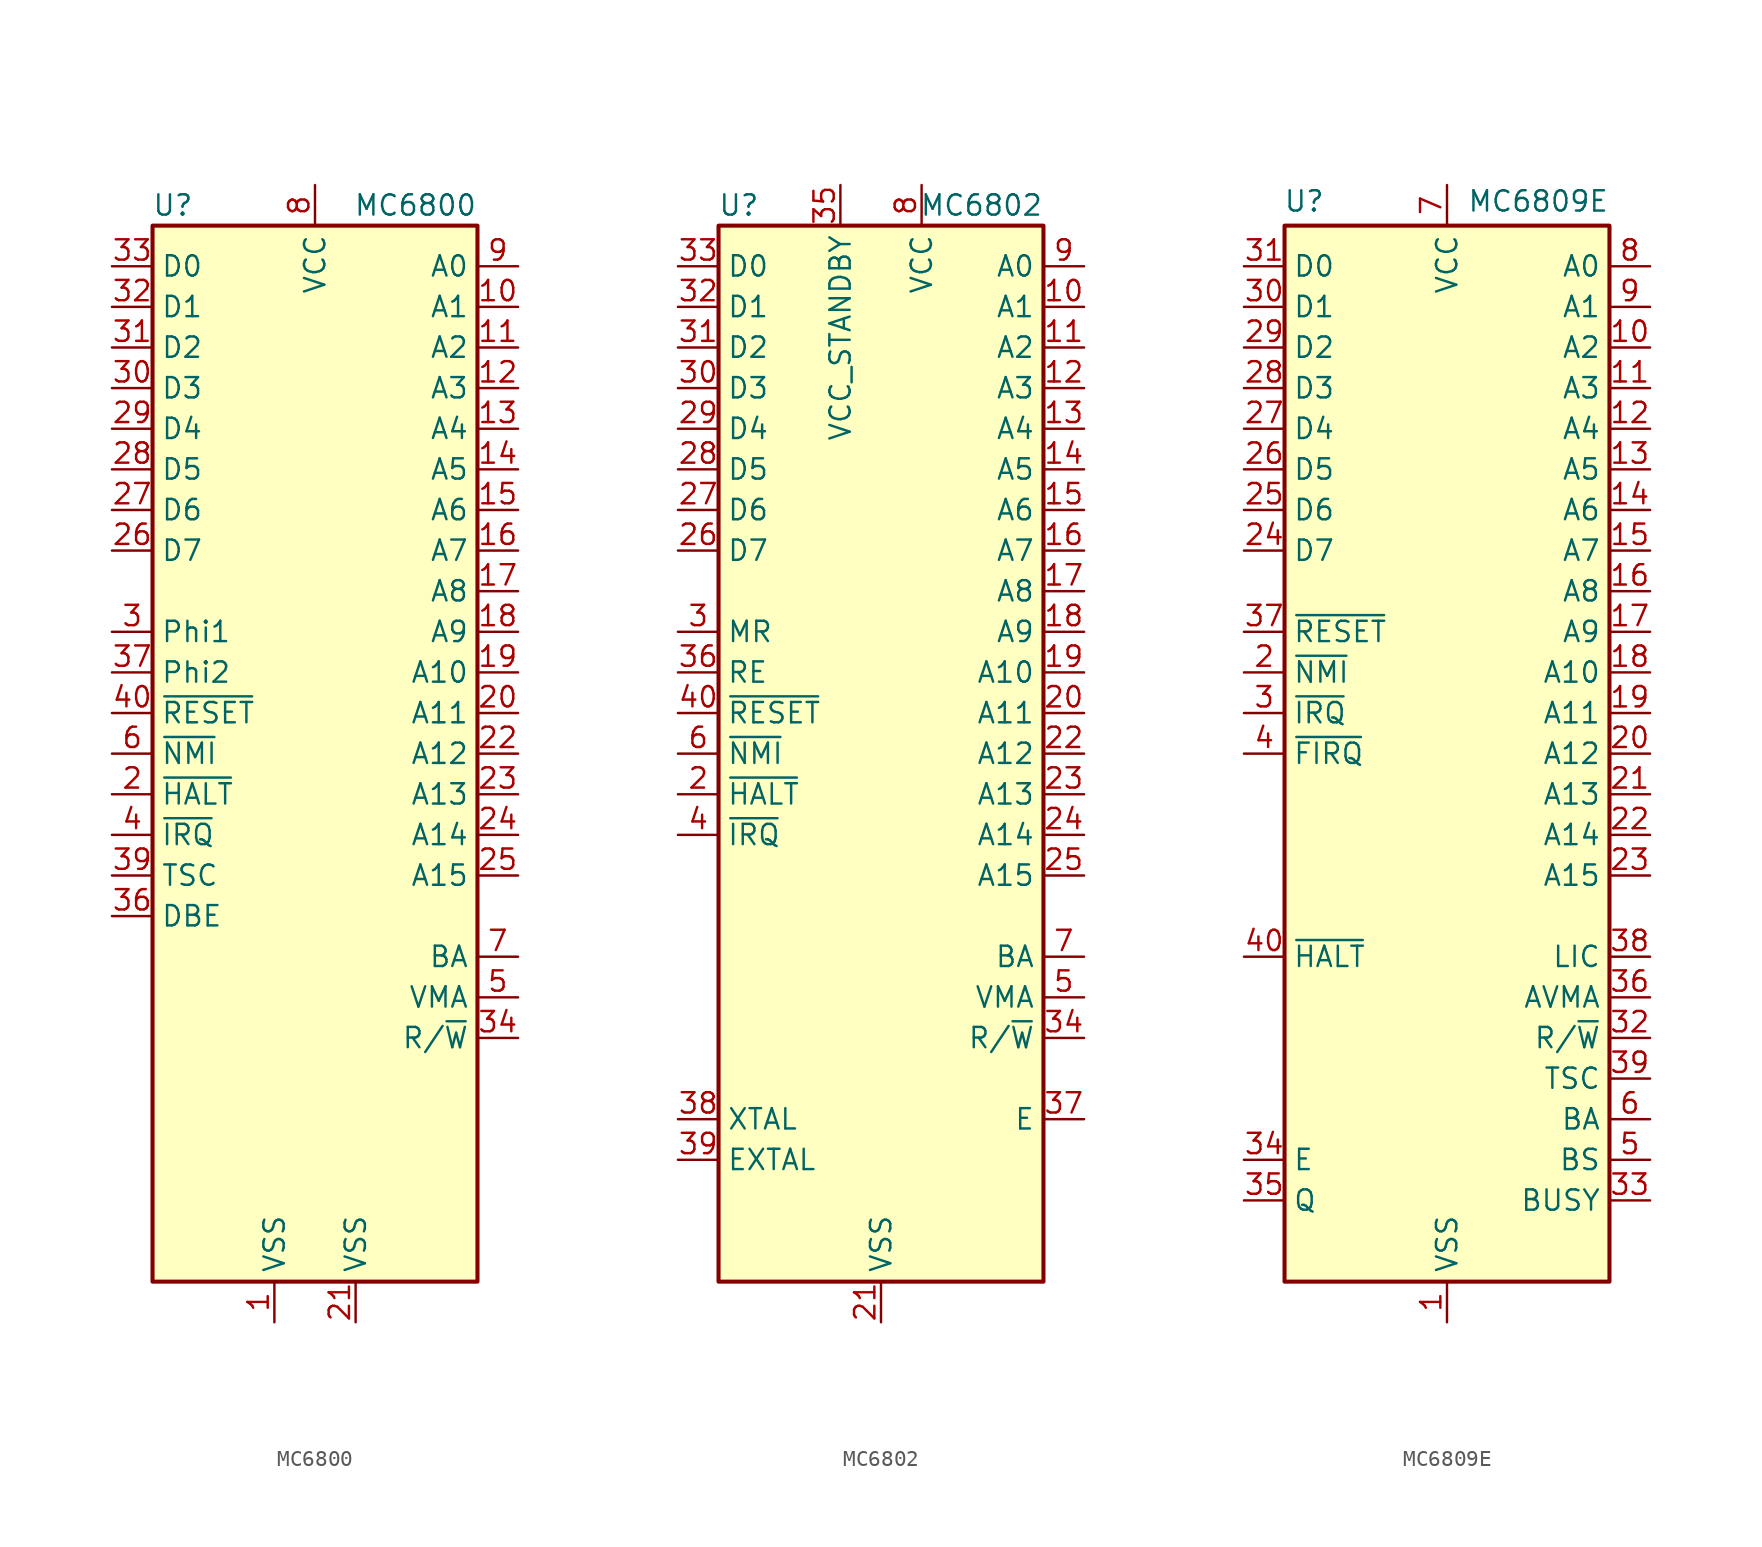
<source format=kicad_sym>
(kicad_symbol_lib
  (version 20201005)
  (generator kicad_symbol_editor)
  (symbol "MC6800"
    (property "Reference" "U"
      (at -8.89 34.29 0)
      (effects (font (size 1.27 1.27))))
    (property "Value" "MC6800"
      (at 10.16 34.29 0)
      (effects (font (size 1.27 1.27)) (justify right)))
    (symbol "MC6800_0_1"
      (rectangle (start -10.16 -33.02) (end 10.16 33.02) (stroke (width 0.254)) (fill (type background))))
    (symbol "MC6800_1_1"
      (pin power_in line (at -2.54 -35.56 90) (length 2.54) (name "VSS" (effects (font (size 1.27 1.27)))) (number "1" (effects (font (size 1.27 1.27)))))
      (pin output line (at 12.7 27.94 180) (length 2.54) (name "A1" (effects (font (size 1.27 1.27)))) (number "10" (effects (font (size 1.27 1.27)))))
      (pin output line (at 12.7 25.4 180) (length 2.54) (name "A2" (effects (font (size 1.27 1.27)))) (number "11" (effects (font (size 1.27 1.27)))))
      (pin output line (at 12.7 22.86 180) (length 2.54) (name "A3" (effects (font (size 1.27 1.27)))) (number "12" (effects (font (size 1.27 1.27)))))
      (pin output line (at 12.7 20.32 180) (length 2.54) (name "A4" (effects (font (size 1.27 1.27)))) (number "13" (effects (font (size 1.27 1.27)))))
      (pin output line (at 12.7 17.78 180) (length 2.54) (name "A5" (effects (font (size 1.27 1.27)))) (number "14" (effects (font (size 1.27 1.27)))))
      (pin output line (at 12.7 15.24 180) (length 2.54) (name "A6" (effects (font (size 1.27 1.27)))) (number "15" (effects (font (size 1.27 1.27)))))
      (pin output line (at 12.7 12.7 180) (length 2.54) (name "A7" (effects (font (size 1.27 1.27)))) (number "16" (effects (font (size 1.27 1.27)))))
      (pin output line (at 12.7 10.16 180) (length 2.54) (name "A8" (effects (font (size 1.27 1.27)))) (number "17" (effects (font (size 1.27 1.27)))))
      (pin output line (at 12.7 7.62 180) (length 2.54) (name "A9" (effects (font (size 1.27 1.27)))) (number "18" (effects (font (size 1.27 1.27)))))
      (pin output line (at 12.7 5.08 180) (length 2.54) (name "A10" (effects (font (size 1.27 1.27)))) (number "19" (effects (font (size 1.27 1.27)))))
      (pin input line (at -12.7 -2.54 0) (length 2.54) (name "~HALT" (effects (font (size 1.27 1.27)))) (number "2" (effects (font (size 1.27 1.27)))))
      (pin output line (at 12.7 2.54 180) (length 2.54) (name "A11" (effects (font (size 1.27 1.27)))) (number "20" (effects (font (size 1.27 1.27)))))
      (pin power_in line (at 2.54 -35.56 90) (length 2.54) (name "VSS" (effects (font (size 1.27 1.27)))) (number "21" (effects (font (size 1.27 1.27)))))
      (pin output line (at 12.7 0 180) (length 2.54) (name "A12" (effects (font (size 1.27 1.27)))) (number "22" (effects (font (size 1.27 1.27)))))
      (pin output line (at 12.7 -2.54 180) (length 2.54) (name "A13" (effects (font (size 1.27 1.27)))) (number "23" (effects (font (size 1.27 1.27)))))
      (pin output line (at 12.7 -5.08 180) (length 2.54) (name "A14" (effects (font (size 1.27 1.27)))) (number "24" (effects (font (size 1.27 1.27)))))
      (pin output line (at 12.7 -7.62 180) (length 2.54) (name "A15" (effects (font (size 1.27 1.27)))) (number "25" (effects (font (size 1.27 1.27)))))
      (pin bidirectional line (at -12.7 12.7 0) (length 2.54) (name "D7" (effects (font (size 1.27 1.27)))) (number "26" (effects (font (size 1.27 1.27)))))
      (pin bidirectional line (at -12.7 15.24 0) (length 2.54) (name "D6" (effects (font (size 1.27 1.27)))) (number "27" (effects (font (size 1.27 1.27)))))
      (pin bidirectional line (at -12.7 17.78 0) (length 2.54) (name "D5" (effects (font (size 1.27 1.27)))) (number "28" (effects (font (size 1.27 1.27)))))
      (pin bidirectional line (at -12.7 20.32 0) (length 2.54) (name "D4" (effects (font (size 1.27 1.27)))) (number "29" (effects (font (size 1.27 1.27)))))
      (pin input line (at -12.7 7.62 0) (length 2.54) (name "Phi1" (effects (font (size 1.27 1.27)))) (number "3" (effects (font (size 1.27 1.27)))))
      (pin bidirectional line (at -12.7 22.86 0) (length 2.54) (name "D3" (effects (font (size 1.27 1.27)))) (number "30" (effects (font (size 1.27 1.27)))))
      (pin bidirectional line (at -12.7 25.4 0) (length 2.54) (name "D2" (effects (font (size 1.27 1.27)))) (number "31" (effects (font (size 1.27 1.27)))))
      (pin bidirectional line (at -12.7 27.94 0) (length 2.54) (name "D1" (effects (font (size 1.27 1.27)))) (number "32" (effects (font (size 1.27 1.27)))))
      (pin bidirectional line (at -12.7 30.48 0) (length 2.54) (name "D0" (effects (font (size 1.27 1.27)))) (number "33" (effects (font (size 1.27 1.27)))))
      (pin output line (at 12.7 -17.78 180) (length 2.54) (name "R/~W" (effects (font (size 1.27 1.27)))) (number "34" (effects (font (size 1.27 1.27)))))
      (pin no_connect line (at -10.16 -25.4 0) (length 2.54) hide (name "N.C." (effects (font (size 1.27 1.27)))) (number "35" (effects (font (size 1.27 1.27)))))
      (pin input line (at -12.7 -10.16 0) (length 2.54) (name "DBE" (effects (font (size 1.27 1.27)))) (number "36" (effects (font (size 1.27 1.27)))))
      (pin input line (at -12.7 5.08 0) (length 2.54) (name "Phi2" (effects (font (size 1.27 1.27)))) (number "37" (effects (font (size 1.27 1.27)))))
      (pin no_connect line (at -10.16 -22.86 0) (length 2.54) hide (name "N.C." (effects (font (size 1.27 1.27)))) (number "38" (effects (font (size 1.27 1.27)))))
      (pin input line (at -12.7 -7.62 0) (length 2.54) (name "TSC" (effects (font (size 1.27 1.27)))) (number "39" (effects (font (size 1.27 1.27)))))
      (pin input line (at -12.7 -5.08 0) (length 2.54) (name "~IRQ" (effects (font (size 1.27 1.27)))) (number "4" (effects (font (size 1.27 1.27)))))
      (pin input line (at -12.7 2.54 0) (length 2.54) (name "~RESET" (effects (font (size 1.27 1.27)))) (number "40" (effects (font (size 1.27 1.27)))))
      (pin output line (at 12.7 -15.24 180) (length 2.54) (name "VMA" (effects (font (size 1.27 1.27)))) (number "5" (effects (font (size 1.27 1.27)))))
      (pin input line (at -12.7 0 0) (length 2.54) (name "~NMI" (effects (font (size 1.27 1.27)))) (number "6" (effects (font (size 1.27 1.27)))))
      (pin output line (at 12.7 -12.7 180) (length 2.54) (name "BA" (effects (font (size 1.27 1.27)))) (number "7" (effects (font (size 1.27 1.27)))))
      (pin power_in line (at 0 35.56 270) (length 2.54) (name "VCC" (effects (font (size 1.27 1.27)))) (number "8" (effects (font (size 1.27 1.27)))))
      (pin output line (at 12.7 30.48 180) (length 2.54) (name "A0" (effects (font (size 1.27 1.27)))) (number "9" (effects (font (size 1.27 1.27)))))))
  (symbol "MC6802"
    (property "Reference" "U"
      (at -8.89 34.29 0)
      (effects (font (size 1.27 1.27))))
    (property "Value" "MC6802"
      (at 10.16 34.29 0)
      (effects (font (size 1.27 1.27)) (justify right)))
    (symbol "MC6802_0_1"
      (rectangle (start -10.16 -33.02) (end 10.16 33.02) (stroke (width 0.254)) (fill (type background))))
    (symbol "MC6802_1_1"
      (pin passive line (at 0 -35.56 90) (length 2.54) hide (name "VSS" (effects (font (size 1.27 1.27)))) (number "1" (effects (font (size 1.27 1.27)))))
      (pin output line (at 12.7 27.94 180) (length 2.54) (name "A1" (effects (font (size 1.27 1.27)))) (number "10" (effects (font (size 1.27 1.27)))))
      (pin output line (at 12.7 25.4 180) (length 2.54) (name "A2" (effects (font (size 1.27 1.27)))) (number "11" (effects (font (size 1.27 1.27)))))
      (pin output line (at 12.7 22.86 180) (length 2.54) (name "A3" (effects (font (size 1.27 1.27)))) (number "12" (effects (font (size 1.27 1.27)))))
      (pin output line (at 12.7 20.32 180) (length 2.54) (name "A4" (effects (font (size 1.27 1.27)))) (number "13" (effects (font (size 1.27 1.27)))))
      (pin output line (at 12.7 17.78 180) (length 2.54) (name "A5" (effects (font (size 1.27 1.27)))) (number "14" (effects (font (size 1.27 1.27)))))
      (pin output line (at 12.7 15.24 180) (length 2.54) (name "A6" (effects (font (size 1.27 1.27)))) (number "15" (effects (font (size 1.27 1.27)))))
      (pin output line (at 12.7 12.7 180) (length 2.54) (name "A7" (effects (font (size 1.27 1.27)))) (number "16" (effects (font (size 1.27 1.27)))))
      (pin output line (at 12.7 10.16 180) (length 2.54) (name "A8" (effects (font (size 1.27 1.27)))) (number "17" (effects (font (size 1.27 1.27)))))
      (pin output line (at 12.7 7.62 180) (length 2.54) (name "A9" (effects (font (size 1.27 1.27)))) (number "18" (effects (font (size 1.27 1.27)))))
      (pin output line (at 12.7 5.08 180) (length 2.54) (name "A10" (effects (font (size 1.27 1.27)))) (number "19" (effects (font (size 1.27 1.27)))))
      (pin input line (at -12.7 -2.54 0) (length 2.54) (name "~HALT" (effects (font (size 1.27 1.27)))) (number "2" (effects (font (size 1.27 1.27)))))
      (pin output line (at 12.7 2.54 180) (length 2.54) (name "A11" (effects (font (size 1.27 1.27)))) (number "20" (effects (font (size 1.27 1.27)))))
      (pin power_in line (at 0 -35.56 90) (length 2.54) (name "VSS" (effects (font (size 1.27 1.27)))) (number "21" (effects (font (size 1.27 1.27)))))
      (pin output line (at 12.7 0 180) (length 2.54) (name "A12" (effects (font (size 1.27 1.27)))) (number "22" (effects (font (size 1.27 1.27)))))
      (pin output line (at 12.7 -2.54 180) (length 2.54) (name "A13" (effects (font (size 1.27 1.27)))) (number "23" (effects (font (size 1.27 1.27)))))
      (pin output line (at 12.7 -5.08 180) (length 2.54) (name "A14" (effects (font (size 1.27 1.27)))) (number "24" (effects (font (size 1.27 1.27)))))
      (pin output line (at 12.7 -7.62 180) (length 2.54) (name "A15" (effects (font (size 1.27 1.27)))) (number "25" (effects (font (size 1.27 1.27)))))
      (pin bidirectional line (at -12.7 12.7 0) (length 2.54) (name "D7" (effects (font (size 1.27 1.27)))) (number "26" (effects (font (size 1.27 1.27)))))
      (pin bidirectional line (at -12.7 15.24 0) (length 2.54) (name "D6" (effects (font (size 1.27 1.27)))) (number "27" (effects (font (size 1.27 1.27)))))
      (pin bidirectional line (at -12.7 17.78 0) (length 2.54) (name "D5" (effects (font (size 1.27 1.27)))) (number "28" (effects (font (size 1.27 1.27)))))
      (pin bidirectional line (at -12.7 20.32 0) (length 2.54) (name "D4" (effects (font (size 1.27 1.27)))) (number "29" (effects (font (size 1.27 1.27)))))
      (pin input line (at -12.7 7.62 0) (length 2.54) (name "MR" (effects (font (size 1.27 1.27)))) (number "3" (effects (font (size 1.27 1.27)))))
      (pin bidirectional line (at -12.7 22.86 0) (length 2.54) (name "D3" (effects (font (size 1.27 1.27)))) (number "30" (effects (font (size 1.27 1.27)))))
      (pin bidirectional line (at -12.7 25.4 0) (length 2.54) (name "D2" (effects (font (size 1.27 1.27)))) (number "31" (effects (font (size 1.27 1.27)))))
      (pin bidirectional line (at -12.7 27.94 0) (length 2.54) (name "D1" (effects (font (size 1.27 1.27)))) (number "32" (effects (font (size 1.27 1.27)))))
      (pin bidirectional line (at -12.7 30.48 0) (length 2.54) (name "D0" (effects (font (size 1.27 1.27)))) (number "33" (effects (font (size 1.27 1.27)))))
      (pin output line (at 12.7 -17.78 180) (length 2.54) (name "R/~W" (effects (font (size 1.27 1.27)))) (number "34" (effects (font (size 1.27 1.27)))))
      (pin power_in line (at -2.54 35.56 270) (length 2.54) (name "VCC_STANDBY" (effects (font (size 1.27 1.27)))) (number "35" (effects (font (size 1.27 1.27)))))
      (pin input line (at -12.7 5.08 0) (length 2.54) (name "RE" (effects (font (size 1.27 1.27)))) (number "36" (effects (font (size 1.27 1.27)))))
      (pin output line (at 12.7 -22.86 180) (length 2.54) (name "E" (effects (font (size 1.27 1.27)))) (number "37" (effects (font (size 1.27 1.27)))))
      (pin passive line (at -12.7 -22.86 0) (length 2.54) (name "XTAL" (effects (font (size 1.27 1.27)))) (number "38" (effects (font (size 1.27 1.27)))))
      (pin passive line (at -12.7 -25.4 0) (length 2.54) (name "EXTAL" (effects (font (size 1.27 1.27)))) (number "39" (effects (font (size 1.27 1.27)))))
      (pin input line (at -12.7 -5.08 0) (length 2.54) (name "~IRQ" (effects (font (size 1.27 1.27)))) (number "4" (effects (font (size 1.27 1.27)))))
      (pin input line (at -12.7 2.54 0) (length 2.54) (name "~RESET" (effects (font (size 1.27 1.27)))) (number "40" (effects (font (size 1.27 1.27)))))
      (pin output line (at 12.7 -15.24 180) (length 2.54) (name "VMA" (effects (font (size 1.27 1.27)))) (number "5" (effects (font (size 1.27 1.27)))))
      (pin input line (at -12.7 0 0) (length 2.54) (name "~NMI" (effects (font (size 1.27 1.27)))) (number "6" (effects (font (size 1.27 1.27)))))
      (pin output line (at 12.7 -12.7 180) (length 2.54) (name "BA" (effects (font (size 1.27 1.27)))) (number "7" (effects (font (size 1.27 1.27)))))
      (pin power_in line (at 2.54 35.56 270) (length 2.54) (name "VCC" (effects (font (size 1.27 1.27)))) (number "8" (effects (font (size 1.27 1.27)))))
      (pin output line (at 12.7 30.48 180) (length 2.54) (name "A0" (effects (font (size 1.27 1.27)))) (number "9" (effects (font (size 1.27 1.27)))))))
  (symbol "MC6809E"
    (property "Reference" "U"
      (at -7.62 34.544 0)
      (effects (font (size 1.27 1.27)) (justify right)))
    (property "Value" "MC6809E"
      (at 10.16 34.544 0)
      (effects (font (size 1.27 1.27)) (justify right)))
    (symbol "MC6809E_0_1"
      (rectangle (start -10.16 -33.02) (end 10.16 33.02) (stroke (width 0.254)) (fill (type background))))
    (symbol "MC6809E_1_1"
      (pin power_in line (at 0 -35.56 90) (length 2.54) (name "VSS" (effects (font (size 1.27 1.27)))) (number "1" (effects (font (size 1.27 1.27)))))
      (pin output line (at 12.7 25.4 180) (length 2.54) (name "A2" (effects (font (size 1.27 1.27)))) (number "10" (effects (font (size 1.27 1.27)))))
      (pin output line (at 12.7 22.86 180) (length 2.54) (name "A3" (effects (font (size 1.27 1.27)))) (number "11" (effects (font (size 1.27 1.27)))))
      (pin output line (at 12.7 20.32 180) (length 2.54) (name "A4" (effects (font (size 1.27 1.27)))) (number "12" (effects (font (size 1.27 1.27)))))
      (pin output line (at 12.7 17.78 180) (length 2.54) (name "A5" (effects (font (size 1.27 1.27)))) (number "13" (effects (font (size 1.27 1.27)))))
      (pin output line (at 12.7 15.24 180) (length 2.54) (name "A6" (effects (font (size 1.27 1.27)))) (number "14" (effects (font (size 1.27 1.27)))))
      (pin output line (at 12.7 12.7 180) (length 2.54) (name "A7" (effects (font (size 1.27 1.27)))) (number "15" (effects (font (size 1.27 1.27)))))
      (pin output line (at 12.7 10.16 180) (length 2.54) (name "A8" (effects (font (size 1.27 1.27)))) (number "16" (effects (font (size 1.27 1.27)))))
      (pin output line (at 12.7 7.62 180) (length 2.54) (name "A9" (effects (font (size 1.27 1.27)))) (number "17" (effects (font (size 1.27 1.27)))))
      (pin output line (at 12.7 5.08 180) (length 2.54) (name "A10" (effects (font (size 1.27 1.27)))) (number "18" (effects (font (size 1.27 1.27)))))
      (pin output line (at 12.7 2.54 180) (length 2.54) (name "A11" (effects (font (size 1.27 1.27)))) (number "19" (effects (font (size 1.27 1.27)))))
      (pin input line (at -12.7 5.08 0) (length 2.54) (name "~NMI" (effects (font (size 1.27 1.27)))) (number "2" (effects (font (size 1.27 1.27)))))
      (pin output line (at 12.7 0 180) (length 2.54) (name "A12" (effects (font (size 1.27 1.27)))) (number "20" (effects (font (size 1.27 1.27)))))
      (pin output line (at 12.7 -2.54 180) (length 2.54) (name "A13" (effects (font (size 1.27 1.27)))) (number "21" (effects (font (size 1.27 1.27)))))
      (pin output line (at 12.7 -5.08 180) (length 2.54) (name "A14" (effects (font (size 1.27 1.27)))) (number "22" (effects (font (size 1.27 1.27)))))
      (pin output line (at 12.7 -7.62 180) (length 2.54) (name "A15" (effects (font (size 1.27 1.27)))) (number "23" (effects (font (size 1.27 1.27)))))
      (pin bidirectional line (at -12.7 12.7 0) (length 2.54) (name "D7" (effects (font (size 1.27 1.27)))) (number "24" (effects (font (size 1.27 1.27)))))
      (pin bidirectional line (at -12.7 15.24 0) (length 2.54) (name "D6" (effects (font (size 1.27 1.27)))) (number "25" (effects (font (size 1.27 1.27)))))
      (pin bidirectional line (at -12.7 17.78 0) (length 2.54) (name "D5" (effects (font (size 1.27 1.27)))) (number "26" (effects (font (size 1.27 1.27)))))
      (pin bidirectional line (at -12.7 20.32 0) (length 2.54) (name "D4" (effects (font (size 1.27 1.27)))) (number "27" (effects (font (size 1.27 1.27)))))
      (pin bidirectional line (at -12.7 22.86 0) (length 2.54) (name "D3" (effects (font (size 1.27 1.27)))) (number "28" (effects (font (size 1.27 1.27)))))
      (pin bidirectional line (at -12.7 25.4 0) (length 2.54) (name "D2" (effects (font (size 1.27 1.27)))) (number "29" (effects (font (size 1.27 1.27)))))
      (pin input line (at -12.7 2.54 0) (length 2.54) (name "~IRQ" (effects (font (size 1.27 1.27)))) (number "3" (effects (font (size 1.27 1.27)))))
      (pin bidirectional line (at -12.7 27.94 0) (length 2.54) (name "D1" (effects (font (size 1.27 1.27)))) (number "30" (effects (font (size 1.27 1.27)))))
      (pin bidirectional line (at -12.7 30.48 0) (length 2.54) (name "D0" (effects (font (size 1.27 1.27)))) (number "31" (effects (font (size 1.27 1.27)))))
      (pin output line (at 12.7 -17.78 180) (length 2.54) (name "R/~W" (effects (font (size 1.27 1.27)))) (number "32" (effects (font (size 1.27 1.27)))))
      (pin output line (at 12.7 -27.94 180) (length 2.54) (name "BUSY" (effects (font (size 1.27 1.27)))) (number "33" (effects (font (size 1.27 1.27)))))
      (pin input line (at -12.7 -25.4 0) (length 2.54) (name "E" (effects (font (size 1.27 1.27)))) (number "34" (effects (font (size 1.27 1.27)))))
      (pin input line (at -12.7 -27.94 0) (length 2.54) (name "Q" (effects (font (size 1.27 1.27)))) (number "35" (effects (font (size 1.27 1.27)))))
      (pin output line (at 12.7 -15.24 180) (length 2.54) (name "AVMA" (effects (font (size 1.27 1.27)))) (number "36" (effects (font (size 1.27 1.27)))))
      (pin input line (at -12.7 7.62 0) (length 2.54) (name "~RESET" (effects (font (size 1.27 1.27)))) (number "37" (effects (font (size 1.27 1.27)))))
      (pin output line (at 12.7 -12.7 180) (length 2.54) (name "LIC" (effects (font (size 1.27 1.27)))) (number "38" (effects (font (size 1.27 1.27)))))
      (pin output line (at 12.7 -20.32 180) (length 2.54) (name "TSC" (effects (font (size 1.27 1.27)))) (number "39" (effects (font (size 1.27 1.27)))))
      (pin input line (at -12.7 0 0) (length 2.54) (name "~FIRQ" (effects (font (size 1.27 1.27)))) (number "4" (effects (font (size 1.27 1.27)))))
      (pin input line (at -12.7 -12.7 0) (length 2.54) (name "~HALT" (effects (font (size 1.27 1.27)))) (number "40" (effects (font (size 1.27 1.27)))))
      (pin output line (at 12.7 -25.4 180) (length 2.54) (name "BS" (effects (font (size 1.27 1.27)))) (number "5" (effects (font (size 1.27 1.27)))))
      (pin output line (at 12.7 -22.86 180) (length 2.54) (name "BA" (effects (font (size 1.27 1.27)))) (number "6" (effects (font (size 1.27 1.27)))))
      (pin power_in line (at 0 35.56 270) (length 2.54) (name "VCC" (effects (font (size 1.27 1.27)))) (number "7" (effects (font (size 1.27 1.27)))))
      (pin output line (at 12.7 30.48 180) (length 2.54) (name "A0" (effects (font (size 1.27 1.27)))) (number "8" (effects (font (size 1.27 1.27)))))
      (pin output line (at 12.7 27.94 180) (length 2.54) (name "A1" (effects (font (size 1.27 1.27)))) (number "9" (effects (font (size 1.27 1.27))))))))
</source>
